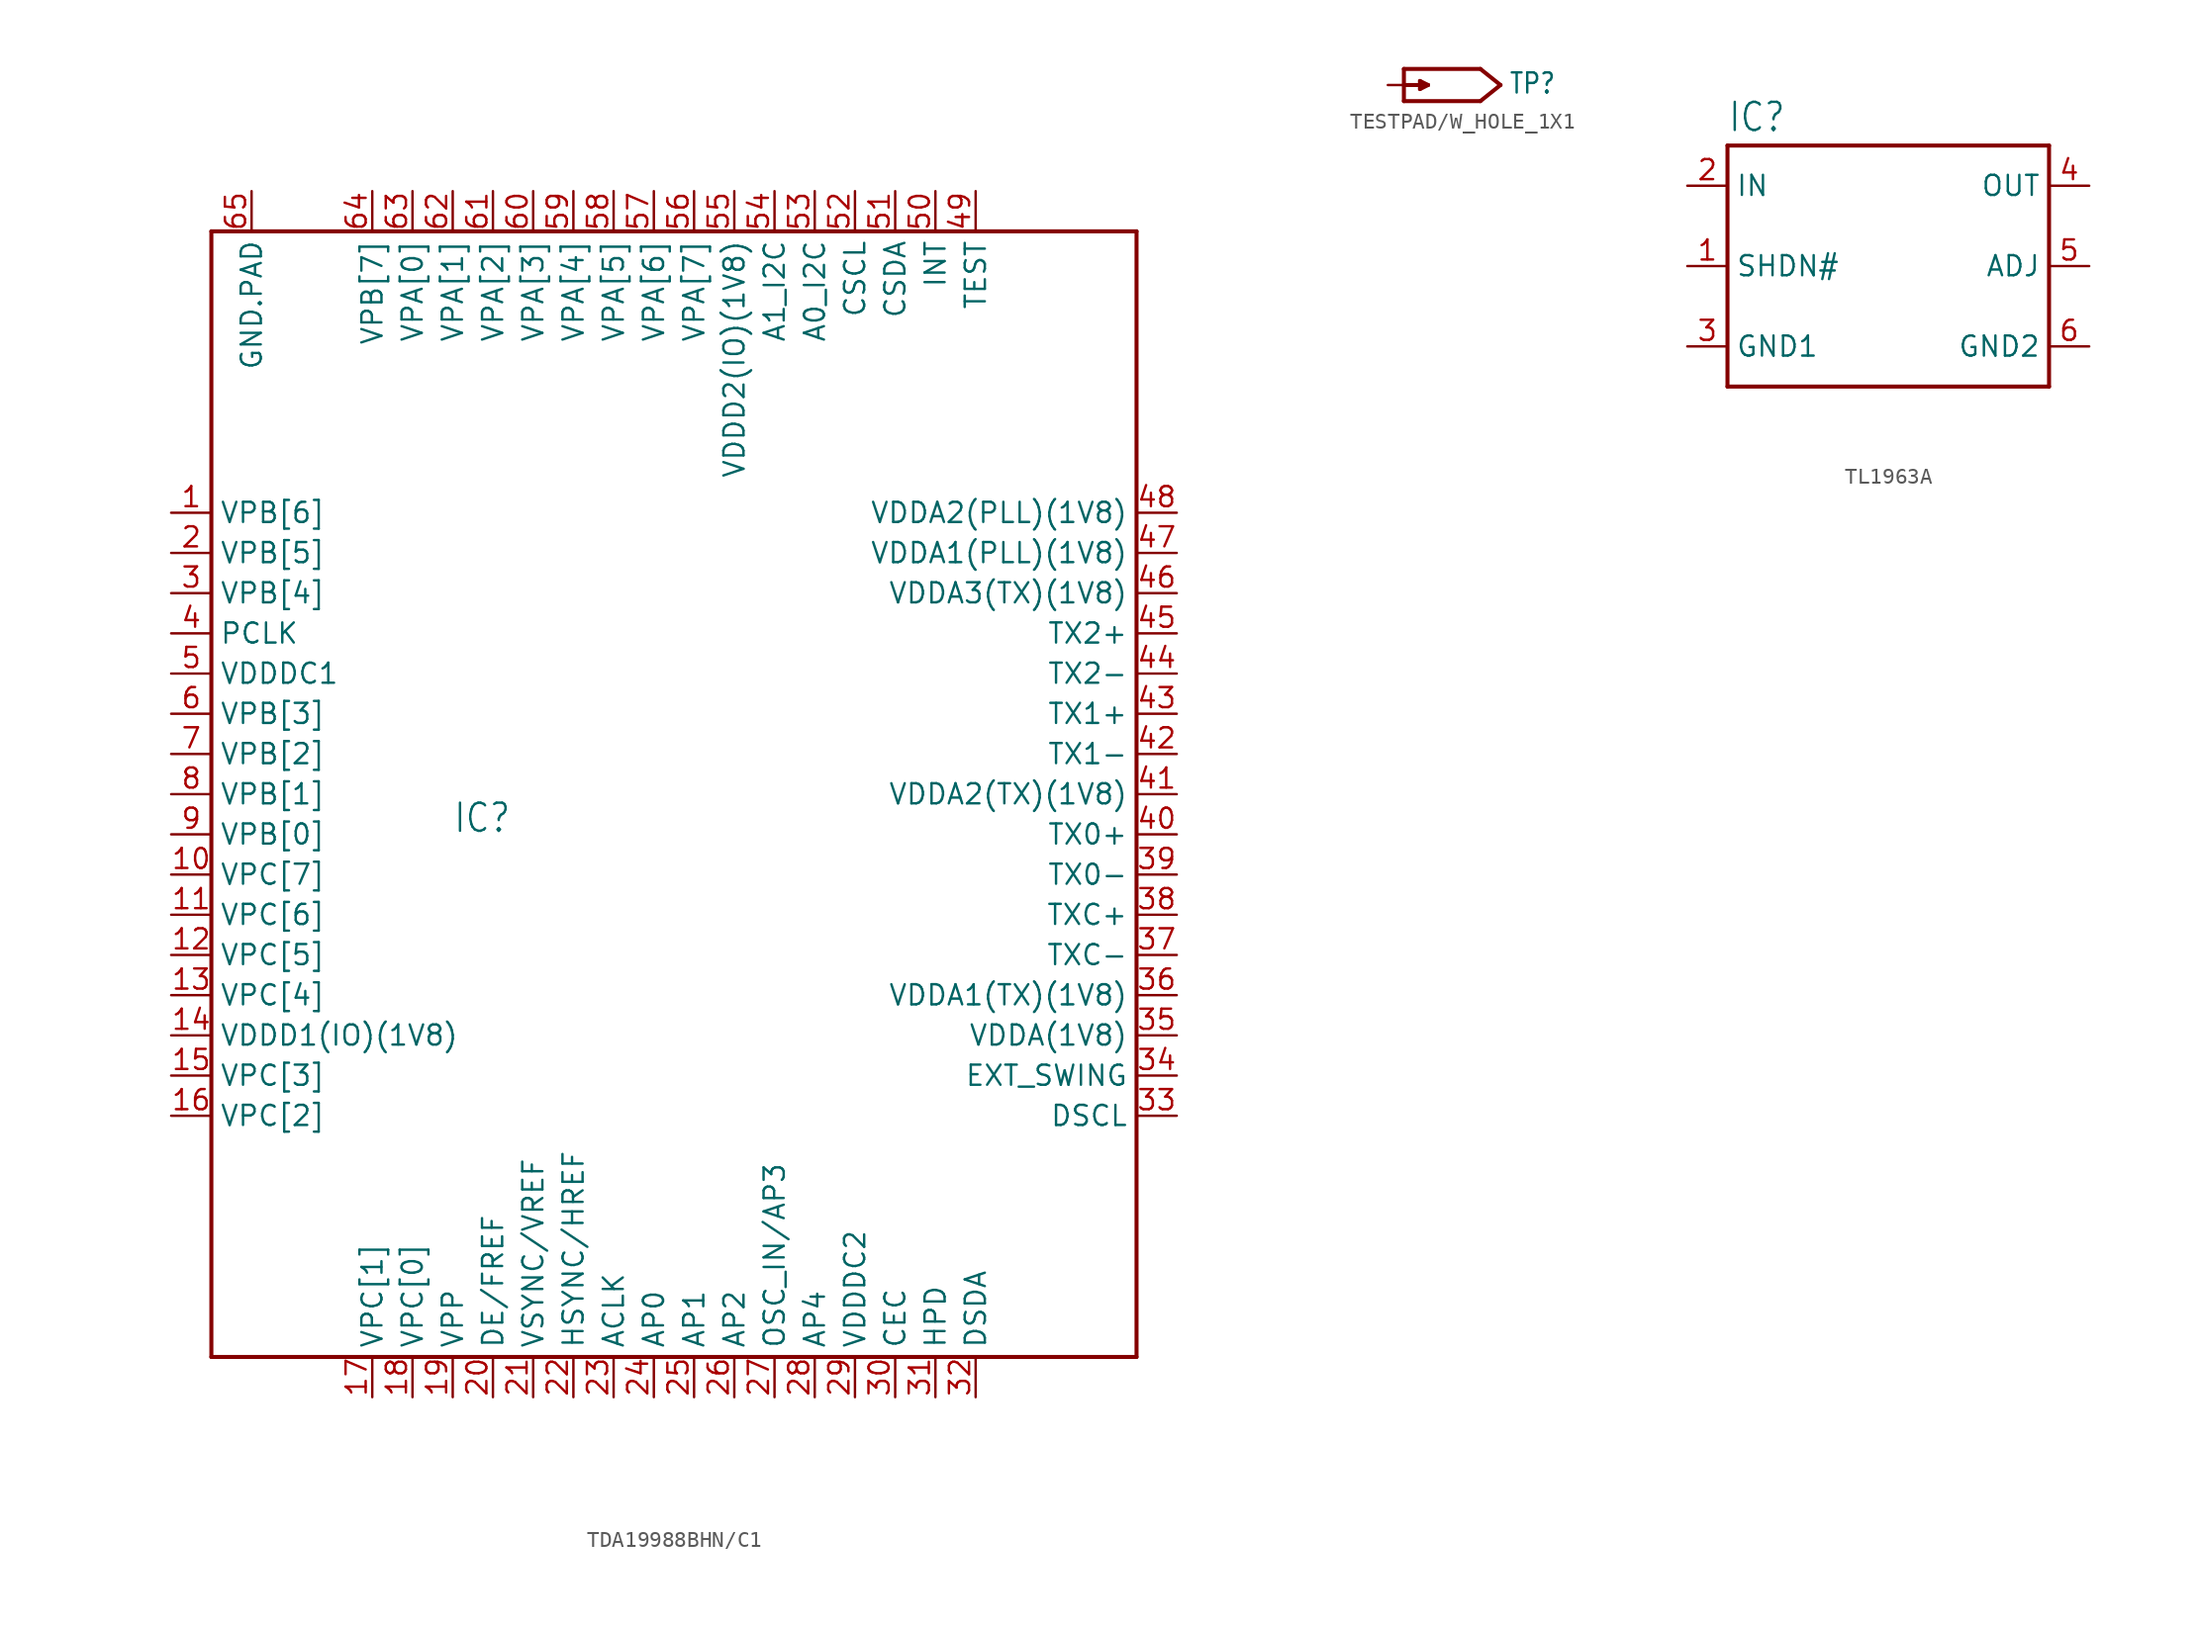
<source format=kicad_sym>
(kicad_symbol_lib
  (version 20231120)
  (generator "kicad_symbol_editor")
  (generator_version "8.0")
  (symbol "TDA19988BHN/C1"
    (property "Reference" "IC"
      (at -12.7 0 0)
      (effects (font (size 1.778 1.511)) (justify left bottom)))
    (property "Value" ""
      (at -12.7 -2.54 0)
      (effects (font (size 1.778 1.511)) (justify left bottom)))
    (property "ki_locked" ""
      (at 0 0 0)
      (effects (font (size 1.27 1.27))))
    (symbol "TDA19988BHN/C1_1_0"
      (polyline (pts (xy -27.94 -33.02) (xy -27.94 38.1)) (stroke (width 0.254) (type solid)) (fill (type none)))
      (polyline (pts (xy -27.94 38.1) (xy 30.48 38.1)) (stroke (width 0.254) (type solid)) (fill (type none)))
      (polyline (pts (xy 30.48 -33.02) (xy -27.94 -33.02)) (stroke (width 0.254) (type solid)) (fill (type none)))
      (polyline (pts (xy 30.48 38.1) (xy 30.48 -33.02)) (stroke (width 0.254) (type solid)) (fill (type none)))
      (pin bidirectional line (at -30.48 20.32 0) (length 2.54) (name "VPB[6]" (effects (font (size 1.27 1.27)))) (number "1" (effects (font (size 1.27 1.27)))))
      (pin bidirectional line (at -30.48 -2.54 0) (length 2.54) (name "VPC[7]" (effects (font (size 1.27 1.27)))) (number "10" (effects (font (size 1.27 1.27)))))
      (pin bidirectional line (at -30.48 -5.08 0) (length 2.54) (name "VPC[6]" (effects (font (size 1.27 1.27)))) (number "11" (effects (font (size 1.27 1.27)))))
      (pin bidirectional line (at -30.48 -7.62 0) (length 2.54) (name "VPC[5]" (effects (font (size 1.27 1.27)))) (number "12" (effects (font (size 1.27 1.27)))))
      (pin bidirectional line (at -30.48 -10.16 0) (length 2.54) (name "VPC[4]" (effects (font (size 1.27 1.27)))) (number "13" (effects (font (size 1.27 1.27)))))
      (pin bidirectional line (at -30.48 -12.7 0) (length 2.54) (name "VDDD1(IO)(1V8)" (effects (font (size 1.27 1.27)))) (number "14" (effects (font (size 1.27 1.27)))))
      (pin bidirectional line (at -30.48 -15.24 0) (length 2.54) (name "VPC[3]" (effects (font (size 1.27 1.27)))) (number "15" (effects (font (size 1.27 1.27)))))
      (pin bidirectional line (at -30.48 -17.78 0) (length 2.54) (name "VPC[2]" (effects (font (size 1.27 1.27)))) (number "16" (effects (font (size 1.27 1.27)))))
      (pin bidirectional line (at -17.78 -35.56 90) (length 2.54) (name "VPC[1]" (effects (font (size 1.27 1.27)))) (number "17" (effects (font (size 1.27 1.27)))))
      (pin bidirectional line (at -15.24 -35.56 90) (length 2.54) (name "VPC[0]" (effects (font (size 1.27 1.27)))) (number "18" (effects (font (size 1.27 1.27)))))
      (pin bidirectional line (at -12.7 -35.56 90) (length 2.54) (name "VPP" (effects (font (size 1.27 1.27)))) (number "19" (effects (font (size 1.27 1.27)))))
      (pin bidirectional line (at -30.48 17.78 0) (length 2.54) (name "VPB[5]" (effects (font (size 1.27 1.27)))) (number "2" (effects (font (size 1.27 1.27)))))
      (pin bidirectional line (at -10.16 -35.56 90) (length 2.54) (name "DE/FREF" (effects (font (size 1.27 1.27)))) (number "20" (effects (font (size 1.27 1.27)))))
      (pin bidirectional line (at -7.62 -35.56 90) (length 2.54) (name "VSYNC/VREF" (effects (font (size 1.27 1.27)))) (number "21" (effects (font (size 1.27 1.27)))))
      (pin bidirectional line (at -5.08 -35.56 90) (length 2.54) (name "HSYNC/HREF" (effects (font (size 1.27 1.27)))) (number "22" (effects (font (size 1.27 1.27)))))
      (pin bidirectional line (at -2.54 -35.56 90) (length 2.54) (name "ACLK" (effects (font (size 1.27 1.27)))) (number "23" (effects (font (size 1.27 1.27)))))
      (pin bidirectional line (at 0 -35.56 90) (length 2.54) (name "AP0" (effects (font (size 1.27 1.27)))) (number "24" (effects (font (size 1.27 1.27)))))
      (pin bidirectional line (at 2.54 -35.56 90) (length 2.54) (name "AP1" (effects (font (size 1.27 1.27)))) (number "25" (effects (font (size 1.27 1.27)))))
      (pin bidirectional line (at 5.08 -35.56 90) (length 2.54) (name "AP2" (effects (font (size 1.27 1.27)))) (number "26" (effects (font (size 1.27 1.27)))))
      (pin bidirectional line (at 7.62 -35.56 90) (length 2.54) (name "OSC_IN/AP3" (effects (font (size 1.27 1.27)))) (number "27" (effects (font (size 1.27 1.27)))))
      (pin bidirectional line (at 10.16 -35.56 90) (length 2.54) (name "AP4" (effects (font (size 1.27 1.27)))) (number "28" (effects (font (size 1.27 1.27)))))
      (pin bidirectional line (at 12.7 -35.56 90) (length 2.54) (name "VDDDC2" (effects (font (size 1.27 1.27)))) (number "29" (effects (font (size 1.27 1.27)))))
      (pin bidirectional line (at -30.48 15.24 0) (length 2.54) (name "VPB[4]" (effects (font (size 1.27 1.27)))) (number "3" (effects (font (size 1.27 1.27)))))
      (pin bidirectional line (at 15.24 -35.56 90) (length 2.54) (name "CEC" (effects (font (size 1.27 1.27)))) (number "30" (effects (font (size 1.27 1.27)))))
      (pin bidirectional line (at 17.78 -35.56 90) (length 2.54) (name "HPD" (effects (font (size 1.27 1.27)))) (number "31" (effects (font (size 1.27 1.27)))))
      (pin bidirectional line (at 20.32 -35.56 90) (length 2.54) (name "DSDA" (effects (font (size 1.27 1.27)))) (number "32" (effects (font (size 1.27 1.27)))))
      (pin bidirectional line (at 33.02 -17.78 180) (length 2.54) (name "DSCL" (effects (font (size 1.27 1.27)))) (number "33" (effects (font (size 1.27 1.27)))))
      (pin bidirectional line (at 33.02 -15.24 180) (length 2.54) (name "EXT_SWING" (effects (font (size 1.27 1.27)))) (number "34" (effects (font (size 1.27 1.27)))))
      (pin bidirectional line (at 33.02 -12.7 180) (length 2.54) (name "VDDA(1V8)" (effects (font (size 1.27 1.27)))) (number "35" (effects (font (size 1.27 1.27)))))
      (pin bidirectional line (at 33.02 -10.16 180) (length 2.54) (name "VDDA1(TX)(1V8)" (effects (font (size 1.27 1.27)))) (number "36" (effects (font (size 1.27 1.27)))))
      (pin bidirectional line (at 33.02 -7.62 180) (length 2.54) (name "TXC-" (effects (font (size 1.27 1.27)))) (number "37" (effects (font (size 1.27 1.27)))))
      (pin bidirectional line (at 33.02 -5.08 180) (length 2.54) (name "TXC+" (effects (font (size 1.27 1.27)))) (number "38" (effects (font (size 1.27 1.27)))))
      (pin bidirectional line (at 33.02 -2.54 180) (length 2.54) (name "TX0-" (effects (font (size 1.27 1.27)))) (number "39" (effects (font (size 1.27 1.27)))))
      (pin bidirectional line (at -30.48 12.7 0) (length 2.54) (name "PCLK" (effects (font (size 1.27 1.27)))) (number "4" (effects (font (size 1.27 1.27)))))
      (pin bidirectional line (at 33.02 0 180) (length 2.54) (name "TX0+" (effects (font (size 1.27 1.27)))) (number "40" (effects (font (size 1.27 1.27)))))
      (pin bidirectional line (at 33.02 2.54 180) (length 2.54) (name "VDDA2(TX)(1V8)" (effects (font (size 1.27 1.27)))) (number "41" (effects (font (size 1.27 1.27)))))
      (pin bidirectional line (at 33.02 5.08 180) (length 2.54) (name "TX1-" (effects (font (size 1.27 1.27)))) (number "42" (effects (font (size 1.27 1.27)))))
      (pin bidirectional line (at 33.02 7.62 180) (length 2.54) (name "TX1+" (effects (font (size 1.27 1.27)))) (number "43" (effects (font (size 1.27 1.27)))))
      (pin bidirectional line (at 33.02 10.16 180) (length 2.54) (name "TX2-" (effects (font (size 1.27 1.27)))) (number "44" (effects (font (size 1.27 1.27)))))
      (pin bidirectional line (at 33.02 12.7 180) (length 2.54) (name "TX2+" (effects (font (size 1.27 1.27)))) (number "45" (effects (font (size 1.27 1.27)))))
      (pin bidirectional line (at 33.02 15.24 180) (length 2.54) (name "VDDA3(TX)(1V8)" (effects (font (size 1.27 1.27)))) (number "46" (effects (font (size 1.27 1.27)))))
      (pin bidirectional line (at 33.02 17.78 180) (length 2.54) (name "VDDA1(PLL)(1V8)" (effects (font (size 1.27 1.27)))) (number "47" (effects (font (size 1.27 1.27)))))
      (pin bidirectional line (at 33.02 20.32 180) (length 2.54) (name "VDDA2(PLL)(1V8)" (effects (font (size 1.27 1.27)))) (number "48" (effects (font (size 1.27 1.27)))))
      (pin bidirectional line (at 20.32 40.64 270) (length 2.54) (name "TEST" (effects (font (size 1.27 1.27)))) (number "49" (effects (font (size 1.27 1.27)))))
      (pin bidirectional line (at -30.48 10.16 0) (length 2.54) (name "VDDDC1" (effects (font (size 1.27 1.27)))) (number "5" (effects (font (size 1.27 1.27)))))
      (pin bidirectional line (at 17.78 40.64 270) (length 2.54) (name "INT" (effects (font (size 1.27 1.27)))) (number "50" (effects (font (size 1.27 1.27)))))
      (pin bidirectional line (at 15.24 40.64 270) (length 2.54) (name "CSDA" (effects (font (size 1.27 1.27)))) (number "51" (effects (font (size 1.27 1.27)))))
      (pin bidirectional line (at 12.7 40.64 270) (length 2.54) (name "CSCL" (effects (font (size 1.27 1.27)))) (number "52" (effects (font (size 1.27 1.27)))))
      (pin bidirectional line (at 10.16 40.64 270) (length 2.54) (name "A0_I2C" (effects (font (size 1.27 1.27)))) (number "53" (effects (font (size 1.27 1.27)))))
      (pin bidirectional line (at 7.62 40.64 270) (length 2.54) (name "A1_I2C" (effects (font (size 1.27 1.27)))) (number "54" (effects (font (size 1.27 1.27)))))
      (pin bidirectional line (at 5.08 40.64 270) (length 2.54) (name "VDDD2(IO)(1V8)" (effects (font (size 1.27 1.27)))) (number "55" (effects (font (size 1.27 1.27)))))
      (pin bidirectional line (at 2.54 40.64 270) (length 2.54) (name "VPA[7]" (effects (font (size 1.27 1.27)))) (number "56" (effects (font (size 1.27 1.27)))))
      (pin bidirectional line (at 0 40.64 270) (length 2.54) (name "VPA[6]" (effects (font (size 1.27 1.27)))) (number "57" (effects (font (size 1.27 1.27)))))
      (pin bidirectional line (at -2.54 40.64 270) (length 2.54) (name "VPA[5]" (effects (font (size 1.27 1.27)))) (number "58" (effects (font (size 1.27 1.27)))))
      (pin bidirectional line (at -5.08 40.64 270) (length 2.54) (name "VPA[4]" (effects (font (size 1.27 1.27)))) (number "59" (effects (font (size 1.27 1.27)))))
      (pin bidirectional line (at -30.48 7.62 0) (length 2.54) (name "VPB[3]" (effects (font (size 1.27 1.27)))) (number "6" (effects (font (size 1.27 1.27)))))
      (pin bidirectional line (at -7.62 40.64 270) (length 2.54) (name "VPA[3]" (effects (font (size 1.27 1.27)))) (number "60" (effects (font (size 1.27 1.27)))))
      (pin bidirectional line (at -10.16 40.64 270) (length 2.54) (name "VPA[2]" (effects (font (size 1.27 1.27)))) (number "61" (effects (font (size 1.27 1.27)))))
      (pin bidirectional line (at -12.7 40.64 270) (length 2.54) (name "VPA[1]" (effects (font (size 1.27 1.27)))) (number "62" (effects (font (size 1.27 1.27)))))
      (pin bidirectional line (at -15.24 40.64 270) (length 2.54) (name "VPA[0]" (effects (font (size 1.27 1.27)))) (number "63" (effects (font (size 1.27 1.27)))))
      (pin bidirectional line (at -17.78 40.64 270) (length 2.54) (name "VPB[7]" (effects (font (size 1.27 1.27)))) (number "64" (effects (font (size 1.27 1.27)))))
      (pin bidirectional line (at -25.4 40.64 270) (length 2.54) (name "GND.PAD" (effects (font (size 1.27 1.27)))) (number "65" (effects (font (size 1.27 1.27)))))
      (pin bidirectional line (at -30.48 5.08 0) (length 2.54) (name "VPB[2]" (effects (font (size 1.27 1.27)))) (number "7" (effects (font (size 1.27 1.27)))))
      (pin bidirectional line (at -30.48 2.54 0) (length 2.54) (name "VPB[1]" (effects (font (size 1.27 1.27)))) (number "8" (effects (font (size 1.27 1.27)))))
      (pin bidirectional line (at -30.48 0 0) (length 2.54) (name "VPB[0]" (effects (font (size 1.27 1.27)))) (number "9" (effects (font (size 1.27 1.27)))))))
  (symbol "TESTPAD/W_HOLE_1X1"
    (property "Reference" "TP"
      (at 5.08 -0.635 0)
      (effects (font (size 1.27 1.079)) (justify left bottom)))
    (property "ki_locked" ""
      (at 0 0 0)
      (effects (font (size 1.27 1.27))))
    (symbol "TESTPAD/W_HOLE_1X1_1_0"
      (polyline (pts (xy -1.524 -1.016) (xy 3.302 -1.016)) (stroke (width 0.254) (type solid)) (fill (type none)))
      (polyline (pts (xy -1.524 0) (xy -1.524 -1.016)) (stroke (width 0.254) (type solid)) (fill (type none)))
      (polyline (pts (xy -1.524 0) (xy 0 0)) (stroke (width 0.254) (type solid)) (fill (type none)))
      (polyline (pts (xy -1.524 1.016) (xy -1.524 0)) (stroke (width 0.254) (type solid)) (fill (type none)))
      (polyline (pts (xy -0.508 -0.254) (xy 0 0)) (stroke (width 0.254) (type solid)) (fill (type none)))
      (polyline (pts (xy -0.508 0.254) (xy -0.508 -0.254)) (stroke (width 0.254) (type solid)) (fill (type none)))
      (polyline (pts (xy 0 0) (xy -0.508 0.254)) (stroke (width 0.254) (type solid)) (fill (type none)))
      (polyline (pts (xy 3.302 -1.016) (xy 4.572 0)) (stroke (width 0.254) (type solid)) (fill (type none)))
      (polyline (pts (xy 3.302 1.016) (xy -1.524 1.016)) (stroke (width 0.254) (type solid)) (fill (type none)))
      (polyline (pts (xy 4.572 0) (xy 3.302 1.016)) (stroke (width 0.254) (type solid)) (fill (type none)))
      (pin bidirectional line (at -2.54 0 0) (length 2.54) (name "TP" (effects (font (size 0 0)))) (number "P$1" (effects (font (size 0 0)))))))
  (symbol "TL1963A"
    (property "Reference" "IC"
      (at -10.16 8.382 0)
      (effects (font (size 1.778 1.511)) (justify left bottom)))
    (property "Value" ""
      (at -10.16 -10.16 0)
      (effects (font (size 1.778 1.511)) (justify left bottom)))
    (property "ki_locked" ""
      (at 0 0 0)
      (effects (font (size 1.27 1.27))))
    (symbol "TL1963A_1_0"
      (polyline (pts (xy -10.16 -7.62) (xy -10.16 7.62)) (stroke (width 0.254) (type solid)) (fill (type none)))
      (polyline (pts (xy -10.16 7.62) (xy 10.16 7.62)) (stroke (width 0.254) (type solid)) (fill (type none)))
      (polyline (pts (xy 10.16 -7.62) (xy -10.16 -7.62)) (stroke (width 0.254) (type solid)) (fill (type none)))
      (polyline (pts (xy 10.16 7.62) (xy 10.16 -7.62)) (stroke (width 0.254) (type solid)) (fill (type none)))
      (pin bidirectional line (at -12.7 0 0) (length 2.54) (name "SHDN#" (effects (font (size 1.27 1.27)))) (number "1" (effects (font (size 1.27 1.27)))))
      (pin bidirectional line (at -12.7 5.08 0) (length 2.54) (name "IN" (effects (font (size 1.27 1.27)))) (number "2" (effects (font (size 1.27 1.27)))))
      (pin bidirectional line (at -12.7 -5.08 0) (length 2.54) (name "GND1" (effects (font (size 1.27 1.27)))) (number "3" (effects (font (size 1.27 1.27)))))
      (pin bidirectional line (at 12.7 5.08 180) (length 2.54) (name "OUT" (effects (font (size 1.27 1.27)))) (number "4" (effects (font (size 1.27 1.27)))))
      (pin bidirectional line (at 12.7 0 180) (length 2.54) (name "ADJ" (effects (font (size 1.27 1.27)))) (number "5" (effects (font (size 1.27 1.27)))))
      (pin bidirectional line (at 12.7 -5.08 180) (length 2.54) (name "GND2" (effects (font (size 1.27 1.27)))) (number "6" (effects (font (size 1.27 1.27))))))))
</source>
